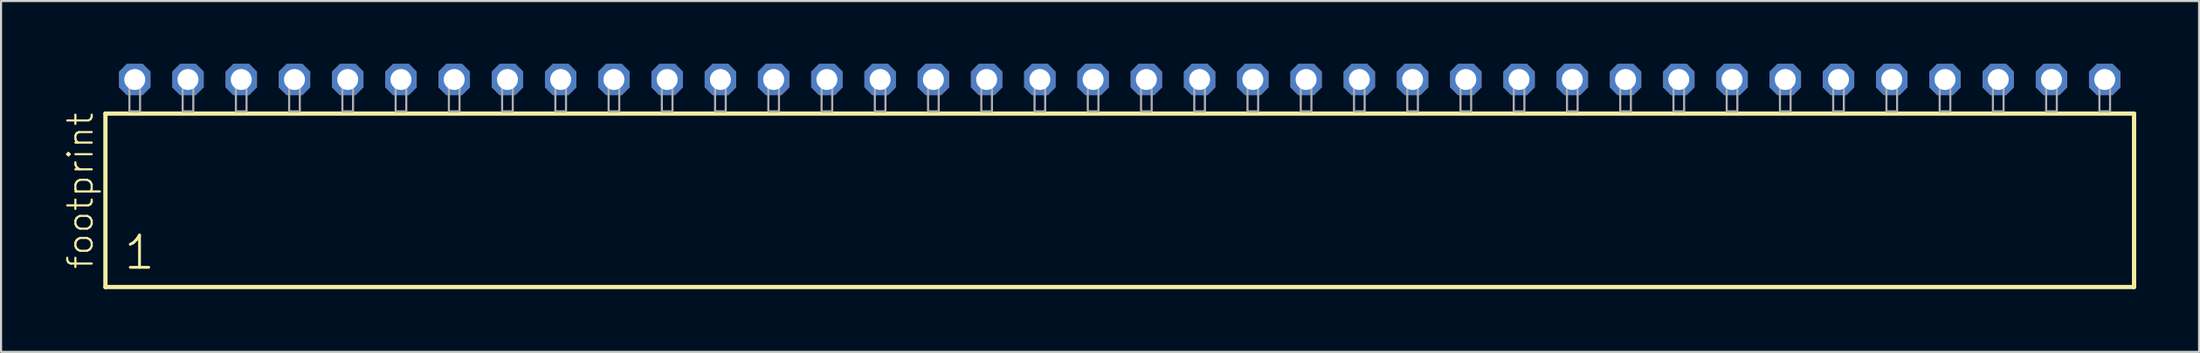
<source format=kicad_pcb>
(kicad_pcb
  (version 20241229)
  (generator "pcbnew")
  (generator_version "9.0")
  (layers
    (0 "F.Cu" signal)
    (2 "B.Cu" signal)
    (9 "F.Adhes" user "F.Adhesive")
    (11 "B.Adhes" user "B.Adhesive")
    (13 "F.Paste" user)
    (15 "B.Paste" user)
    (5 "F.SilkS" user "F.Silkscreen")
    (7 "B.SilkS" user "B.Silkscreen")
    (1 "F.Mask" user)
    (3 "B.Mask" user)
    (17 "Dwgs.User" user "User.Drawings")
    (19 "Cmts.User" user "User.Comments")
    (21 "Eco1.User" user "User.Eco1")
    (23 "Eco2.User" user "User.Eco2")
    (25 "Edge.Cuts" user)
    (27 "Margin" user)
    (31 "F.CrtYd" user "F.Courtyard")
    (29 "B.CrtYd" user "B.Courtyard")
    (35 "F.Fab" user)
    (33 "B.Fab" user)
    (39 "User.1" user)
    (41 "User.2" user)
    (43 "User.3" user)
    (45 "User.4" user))
  (footprint "footprint"
    (layer "F.Cu")
    (at 50.368 2.274)
    (property "Reference" "footprint" (at -48.895 7.62 90) (layer "F.SilkS") (effects (font (size 1.168 1.168) (thickness 0.102)) (justify left bottom)))
    (fp_line (start -48.389 0.106) (end -48.389 8.396) (stroke (width 0.203) (type solid)) (layer "F.SilkS"))
    (fp_line (start -48.389 8.396) (end 48.389 8.396) (stroke (width 0.203) (type solid)) (layer "F.SilkS"))
    (fp_line (start 48.389 0.106) (end -48.389 0.106) (stroke (width 0.203) (type solid)) (layer "F.SilkS"))
    (fp_line (start 48.389 8.396) (end 48.389 0.106) (stroke (width 0.203) (type solid)) (layer "F.SilkS"))
    (fp_poly (pts (xy -47.244 0) (xy -46.736 0) (xy -46.736 -1.778) (xy -47.244 -1.778)) (stroke (width 0.1) (type solid)) (fill no) (layer "F.Fab"))
    (fp_poly (pts (xy -44.704 0) (xy -44.196 0) (xy -44.196 -1.778) (xy -44.704 -1.778)) (stroke (width 0.1) (type solid)) (fill no) (layer "F.Fab"))
    (fp_poly (pts (xy -42.164 0) (xy -41.656 0) (xy -41.656 -1.778) (xy -42.164 -1.778)) (stroke (width 0.1) (type solid)) (fill no) (layer "F.Fab"))
    (fp_poly (pts (xy -39.624 0) (xy -39.116 0) (xy -39.116 -1.778) (xy -39.624 -1.778)) (stroke (width 0.1) (type solid)) (fill no) (layer "F.Fab"))
    (fp_poly (pts (xy -37.084 0) (xy -36.576 0) (xy -36.576 -1.778) (xy -37.084 -1.778)) (stroke (width 0.1) (type solid)) (fill no) (layer "F.Fab"))
    (fp_poly (pts (xy -34.544 0) (xy -34.036 0) (xy -34.036 -1.778) (xy -34.544 -1.778)) (stroke (width 0.1) (type solid)) (fill no) (layer "F.Fab"))
    (fp_poly (pts (xy -32.004 0) (xy -31.496 0) (xy -31.496 -1.778) (xy -32.004 -1.778)) (stroke (width 0.1) (type solid)) (fill no) (layer "F.Fab"))
    (fp_poly (pts (xy -29.464 0) (xy -28.956 0) (xy -28.956 -1.778) (xy -29.464 -1.778)) (stroke (width 0.1) (type solid)) (fill no) (layer "F.Fab"))
    (fp_poly (pts (xy -26.924 0) (xy -26.416 0) (xy -26.416 -1.778) (xy -26.924 -1.778)) (stroke (width 0.1) (type solid)) (fill no) (layer "F.Fab"))
    (fp_poly (pts (xy -24.384 0) (xy -23.876 0) (xy -23.876 -1.778) (xy -24.384 -1.778)) (stroke (width 0.1) (type solid)) (fill no) (layer "F.Fab"))
    (fp_poly (pts (xy -21.844 0) (xy -21.336 0) (xy -21.336 -1.778) (xy -21.844 -1.778)) (stroke (width 0.1) (type solid)) (fill no) (layer "F.Fab"))
    (fp_poly (pts (xy -19.304 0) (xy -18.796 0) (xy -18.796 -1.778) (xy -19.304 -1.778)) (stroke (width 0.1) (type solid)) (fill no) (layer "F.Fab"))
    (fp_poly (pts (xy -16.764 0) (xy -16.256 0) (xy -16.256 -1.778) (xy -16.764 -1.778)) (stroke (width 0.1) (type solid)) (fill no) (layer "F.Fab"))
    (fp_poly (pts (xy -14.224 0) (xy -13.716 0) (xy -13.716 -1.778) (xy -14.224 -1.778)) (stroke (width 0.1) (type solid)) (fill no) (layer "F.Fab"))
    (fp_poly (pts (xy -11.684 0) (xy -11.176 0) (xy -11.176 -1.778) (xy -11.684 -1.778)) (stroke (width 0.1) (type solid)) (fill no) (layer "F.Fab"))
    (fp_poly (pts (xy -9.144 0) (xy -8.636 0) (xy -8.636 -1.778) (xy -9.144 -1.778)) (stroke (width 0.1) (type solid)) (fill no) (layer "F.Fab"))
    (fp_poly (pts (xy -6.604 0) (xy -6.096 0) (xy -6.096 -1.778) (xy -6.604 -1.778)) (stroke (width 0.1) (type solid)) (fill no) (layer "F.Fab"))
    (fp_poly (pts (xy -4.064 0) (xy -3.556 0) (xy -3.556 -1.778) (xy -4.064 -1.778)) (stroke (width 0.1) (type solid)) (fill no) (layer "F.Fab"))
    (fp_poly (pts (xy -1.524 0) (xy -1.016 0) (xy -1.016 -1.778) (xy -1.524 -1.778)) (stroke (width 0.1) (type solid)) (fill no) (layer "F.Fab"))
    (fp_poly (pts (xy 1.016 0) (xy 1.524 0) (xy 1.524 -1.778) (xy 1.016 -1.778)) (stroke (width 0.1) (type solid)) (fill no) (layer "F.Fab"))
    (fp_poly (pts (xy 3.556 0) (xy 4.064 0) (xy 4.064 -1.778) (xy 3.556 -1.778)) (stroke (width 0.1) (type solid)) (fill no) (layer "F.Fab"))
    (fp_poly (pts (xy 6.096 0) (xy 6.604 0) (xy 6.604 -1.778) (xy 6.096 -1.778)) (stroke (width 0.1) (type solid)) (fill no) (layer "F.Fab"))
    (fp_poly (pts (xy 8.636 0) (xy 9.144 0) (xy 9.144 -1.778) (xy 8.636 -1.778)) (stroke (width 0.1) (type solid)) (fill no) (layer "F.Fab"))
    (fp_poly (pts (xy 11.176 0) (xy 11.684 0) (xy 11.684 -1.778) (xy 11.176 -1.778)) (stroke (width 0.1) (type solid)) (fill no) (layer "F.Fab"))
    (fp_poly (pts (xy 13.716 0) (xy 14.224 0) (xy 14.224 -1.778) (xy 13.716 -1.778)) (stroke (width 0.1) (type solid)) (fill no) (layer "F.Fab"))
    (fp_poly (pts (xy 16.256 0) (xy 16.764 0) (xy 16.764 -1.778) (xy 16.256 -1.778)) (stroke (width 0.1) (type solid)) (fill no) (layer "F.Fab"))
    (fp_poly (pts (xy 18.796 0) (xy 19.304 0) (xy 19.304 -1.778) (xy 18.796 -1.778)) (stroke (width 0.1) (type solid)) (fill no) (layer "F.Fab"))
    (fp_poly (pts (xy 21.336 0) (xy 21.844 0) (xy 21.844 -1.778) (xy 21.336 -1.778)) (stroke (width 0.1) (type solid)) (fill no) (layer "F.Fab"))
    (fp_poly (pts (xy 23.876 0) (xy 24.384 0) (xy 24.384 -1.778) (xy 23.876 -1.778)) (stroke (width 0.1) (type solid)) (fill no) (layer "F.Fab"))
    (fp_poly (pts (xy 26.416 0) (xy 26.924 0) (xy 26.924 -1.778) (xy 26.416 -1.778)) (stroke (width 0.1) (type solid)) (fill no) (layer "F.Fab"))
    (fp_poly (pts (xy 28.956 0) (xy 29.464 0) (xy 29.464 -1.778) (xy 28.956 -1.778)) (stroke (width 0.1) (type solid)) (fill no) (layer "F.Fab"))
    (fp_poly (pts (xy 31.496 0) (xy 32.004 0) (xy 32.004 -1.778) (xy 31.496 -1.778)) (stroke (width 0.1) (type solid)) (fill no) (layer "F.Fab"))
    (fp_poly (pts (xy 34.036 0) (xy 34.544 0) (xy 34.544 -1.778) (xy 34.036 -1.778)) (stroke (width 0.1) (type solid)) (fill no) (layer "F.Fab"))
    (fp_poly (pts (xy 36.576 0) (xy 37.084 0) (xy 37.084 -1.778) (xy 36.576 -1.778)) (stroke (width 0.1) (type solid)) (fill no) (layer "F.Fab"))
    (fp_poly (pts (xy 39.116 0) (xy 39.624 0) (xy 39.624 -1.778) (xy 39.116 -1.778)) (stroke (width 0.1) (type solid)) (fill no) (layer "F.Fab"))
    (fp_poly (pts (xy 41.656 0) (xy 42.164 0) (xy 42.164 -1.778) (xy 41.656 -1.778)) (stroke (width 0.1) (type solid)) (fill no) (layer "F.Fab"))
    (fp_poly (pts (xy 44.196 0) (xy 44.704 0) (xy 44.704 -1.778) (xy 44.196 -1.778)) (stroke (width 0.1) (type solid)) (fill no) (layer "F.Fab"))
    (fp_poly (pts (xy 46.736 0) (xy 47.244 0) (xy 47.244 -1.778) (xy 46.736 -1.778)) (stroke (width 0.1) (type solid)) (fill no) (layer "F.Fab"))
    (fp_text user "1" (at -47.585 7.65 0) (layer "F.SilkS") (effects (font (size 1.542 1.542) (thickness 0.134)) (justify left bottom)))
    (pad "1" thru_hole roundrect (at -46.99 -1.524) (size 1.5 1.5) (drill 1) (layers "*.Cu" "*.Mask") (roundrect_rratio 0.25) (chamfer_ratio 0.25) (chamfer top_left top_right bottom_left bottom_right))
    (pad "2" thru_hole roundrect (at -44.45 -1.524) (size 1.5 1.5) (drill 1) (layers "*.Cu" "*.Mask") (roundrect_rratio 0.25) (chamfer_ratio 0.25) (chamfer top_left top_right bottom_left bottom_right))
    (pad "3" thru_hole roundrect (at -41.91 -1.524) (size 1.5 1.5) (drill 1) (layers "*.Cu" "*.Mask") (roundrect_rratio 0.25) (chamfer_ratio 0.25) (chamfer top_left top_right bottom_left bottom_right))
    (pad "4" thru_hole roundrect (at -39.37 -1.524) (size 1.5 1.5) (drill 1) (layers "*.Cu" "*.Mask") (roundrect_rratio 0.25) (chamfer_ratio 0.25) (chamfer top_left top_right bottom_left bottom_right))
    (pad "5" thru_hole roundrect (at -36.83 -1.524) (size 1.5 1.5) (drill 1) (layers "*.Cu" "*.Mask") (roundrect_rratio 0.25) (chamfer_ratio 0.25) (chamfer top_left top_right bottom_left bottom_right))
    (pad "6" thru_hole roundrect (at -34.29 -1.524) (size 1.5 1.5) (drill 1) (layers "*.Cu" "*.Mask") (roundrect_rratio 0.25) (chamfer_ratio 0.25) (chamfer top_left top_right bottom_left bottom_right))
    (pad "7" thru_hole roundrect (at -31.75 -1.524) (size 1.5 1.5) (drill 1) (layers "*.Cu" "*.Mask") (roundrect_rratio 0.25) (chamfer_ratio 0.25) (chamfer top_left top_right bottom_left bottom_right))
    (pad "8" thru_hole roundrect (at -29.21 -1.524) (size 1.5 1.5) (drill 1) (layers "*.Cu" "*.Mask") (roundrect_rratio 0.25) (chamfer_ratio 0.25) (chamfer top_left top_right bottom_left bottom_right))
    (pad "9" thru_hole roundrect (at -26.67 -1.524) (size 1.5 1.5) (drill 1) (layers "*.Cu" "*.Mask") (roundrect_rratio 0.25) (chamfer_ratio 0.25) (chamfer top_left top_right bottom_left bottom_right))
    (pad "10" thru_hole roundrect (at -24.13 -1.524) (size 1.5 1.5) (drill 1) (layers "*.Cu" "*.Mask") (roundrect_rratio 0.25) (chamfer_ratio 0.25) (chamfer top_left top_right bottom_left bottom_right))
    (pad "11" thru_hole roundrect (at -21.59 -1.524) (size 1.5 1.5) (drill 1) (layers "*.Cu" "*.Mask") (roundrect_rratio 0.25) (chamfer_ratio 0.25) (chamfer top_left top_right bottom_left bottom_right))
    (pad "12" thru_hole roundrect (at -19.05 -1.524) (size 1.5 1.5) (drill 1) (layers "*.Cu" "*.Mask") (roundrect_rratio 0.25) (chamfer_ratio 0.25) (chamfer top_left top_right bottom_left bottom_right))
    (pad "13" thru_hole roundrect (at -16.51 -1.524) (size 1.5 1.5) (drill 1) (layers "*.Cu" "*.Mask") (roundrect_rratio 0.25) (chamfer_ratio 0.25) (chamfer top_left top_right bottom_left bottom_right))
    (pad "14" thru_hole roundrect (at -13.97 -1.524) (size 1.5 1.5) (drill 1) (layers "*.Cu" "*.Mask") (roundrect_rratio 0.25) (chamfer_ratio 0.25) (chamfer top_left top_right bottom_left bottom_right))
    (pad "15" thru_hole roundrect (at -11.43 -1.524) (size 1.5 1.5) (drill 1) (layers "*.Cu" "*.Mask") (roundrect_rratio 0.25) (chamfer_ratio 0.25) (chamfer top_left top_right bottom_left bottom_right))
    (pad "16" thru_hole roundrect (at -8.89 -1.524) (size 1.5 1.5) (drill 1) (layers "*.Cu" "*.Mask") (roundrect_rratio 0.25) (chamfer_ratio 0.25) (chamfer top_left top_right bottom_left bottom_right))
    (pad "17" thru_hole roundrect (at -6.35 -1.524) (size 1.5 1.5) (drill 1) (layers "*.Cu" "*.Mask") (roundrect_rratio 0.25) (chamfer_ratio 0.25) (chamfer top_left top_right bottom_left bottom_right))
    (pad "18" thru_hole roundrect (at -3.81 -1.524) (size 1.5 1.5) (drill 1) (layers "*.Cu" "*.Mask") (roundrect_rratio 0.25) (chamfer_ratio 0.25) (chamfer top_left top_right bottom_left bottom_right))
    (pad "19" thru_hole roundrect (at -1.27 -1.524) (size 1.5 1.5) (drill 1) (layers "*.Cu" "*.Mask") (roundrect_rratio 0.25) (chamfer_ratio 0.25) (chamfer top_left top_right bottom_left bottom_right))
    (pad "20" thru_hole roundrect (at 1.27 -1.524) (size 1.5 1.5) (drill 1) (layers "*.Cu" "*.Mask") (roundrect_rratio 0.25) (chamfer_ratio 0.25) (chamfer top_left top_right bottom_left bottom_right))
    (pad "21" thru_hole roundrect (at 3.81 -1.524) (size 1.5 1.5) (drill 1) (layers "*.Cu" "*.Mask") (roundrect_rratio 0.25) (chamfer_ratio 0.25) (chamfer top_left top_right bottom_left bottom_right))
    (pad "22" thru_hole roundrect (at 6.35 -1.524) (size 1.5 1.5) (drill 1) (layers "*.Cu" "*.Mask") (roundrect_rratio 0.25) (chamfer_ratio 0.25) (chamfer top_left top_right bottom_left bottom_right))
    (pad "23" thru_hole roundrect (at 8.89 -1.524) (size 1.5 1.5) (drill 1) (layers "*.Cu" "*.Mask") (roundrect_rratio 0.25) (chamfer_ratio 0.25) (chamfer top_left top_right bottom_left bottom_right))
    (pad "24" thru_hole roundrect (at 11.43 -1.524) (size 1.5 1.5) (drill 1) (layers "*.Cu" "*.Mask") (roundrect_rratio 0.25) (chamfer_ratio 0.25) (chamfer top_left top_right bottom_left bottom_right))
    (pad "25" thru_hole roundrect (at 13.97 -1.524) (size 1.5 1.5) (drill 1) (layers "*.Cu" "*.Mask") (roundrect_rratio 0.25) (chamfer_ratio 0.25) (chamfer top_left top_right bottom_left bottom_right))
    (pad "26" thru_hole roundrect (at 16.51 -1.524) (size 1.5 1.5) (drill 1) (layers "*.Cu" "*.Mask") (roundrect_rratio 0.25) (chamfer_ratio 0.25) (chamfer top_left top_right bottom_left bottom_right))
    (pad "27" thru_hole roundrect (at 19.05 -1.524) (size 1.5 1.5) (drill 1) (layers "*.Cu" "*.Mask") (roundrect_rratio 0.25) (chamfer_ratio 0.25) (chamfer top_left top_right bottom_left bottom_right))
    (pad "28" thru_hole roundrect (at 21.59 -1.524) (size 1.5 1.5) (drill 1) (layers "*.Cu" "*.Mask") (roundrect_rratio 0.25) (chamfer_ratio 0.25) (chamfer top_left top_right bottom_left bottom_right))
    (pad "29" thru_hole roundrect (at 24.13 -1.524) (size 1.5 1.5) (drill 1) (layers "*.Cu" "*.Mask") (roundrect_rratio 0.25) (chamfer_ratio 0.25) (chamfer top_left top_right bottom_left bottom_right))
    (pad "30" thru_hole roundrect (at 26.67 -1.524) (size 1.5 1.5) (drill 1) (layers "*.Cu" "*.Mask") (roundrect_rratio 0.25) (chamfer_ratio 0.25) (chamfer top_left top_right bottom_left bottom_right))
    (pad "31" thru_hole roundrect (at 29.21 -1.524) (size 1.5 1.5) (drill 1) (layers "*.Cu" "*.Mask") (roundrect_rratio 0.25) (chamfer_ratio 0.25) (chamfer top_left top_right bottom_left bottom_right))
    (pad "32" thru_hole roundrect (at 31.75 -1.524) (size 1.5 1.5) (drill 1) (layers "*.Cu" "*.Mask") (roundrect_rratio 0.25) (chamfer_ratio 0.25) (chamfer top_left top_right bottom_left bottom_right))
    (pad "33" thru_hole roundrect (at 34.29 -1.524) (size 1.5 1.5) (drill 1) (layers "*.Cu" "*.Mask") (roundrect_rratio 0.25) (chamfer_ratio 0.25) (chamfer top_left top_right bottom_left bottom_right))
    (pad "34" thru_hole roundrect (at 36.83 -1.524) (size 1.5 1.5) (drill 1) (layers "*.Cu" "*.Mask") (roundrect_rratio 0.25) (chamfer_ratio 0.25) (chamfer top_left top_right bottom_left bottom_right))
    (pad "35" thru_hole roundrect (at 39.37 -1.524) (size 1.5 1.5) (drill 1) (layers "*.Cu" "*.Mask") (roundrect_rratio 0.25) (chamfer_ratio 0.25) (chamfer top_left top_right bottom_left bottom_right))
    (pad "36" thru_hole roundrect (at 41.91 -1.524) (size 1.5 1.5) (drill 1) (layers "*.Cu" "*.Mask") (roundrect_rratio 0.25) (chamfer_ratio 0.25) (chamfer top_left top_right bottom_left bottom_right))
    (pad "37" thru_hole roundrect (at 44.45 -1.524) (size 1.5 1.5) (drill 1) (layers "*.Cu" "*.Mask") (roundrect_rratio 0.25) (chamfer_ratio 0.25) (chamfer top_left top_right bottom_left bottom_right))
    (pad "38" thru_hole roundrect (at 46.99 -1.524) (size 1.5 1.5) (drill 1) (layers "*.Cu" "*.Mask") (roundrect_rratio 0.25) (chamfer_ratio 0.25) (chamfer top_left top_right bottom_left bottom_right)))
  (gr_rect
    (start -3 -3)
    (end 101.859 13.772)
    (stroke (width 0.1) (type default))
    (fill no)
    (layer "Edge.Cuts")))
</source>
